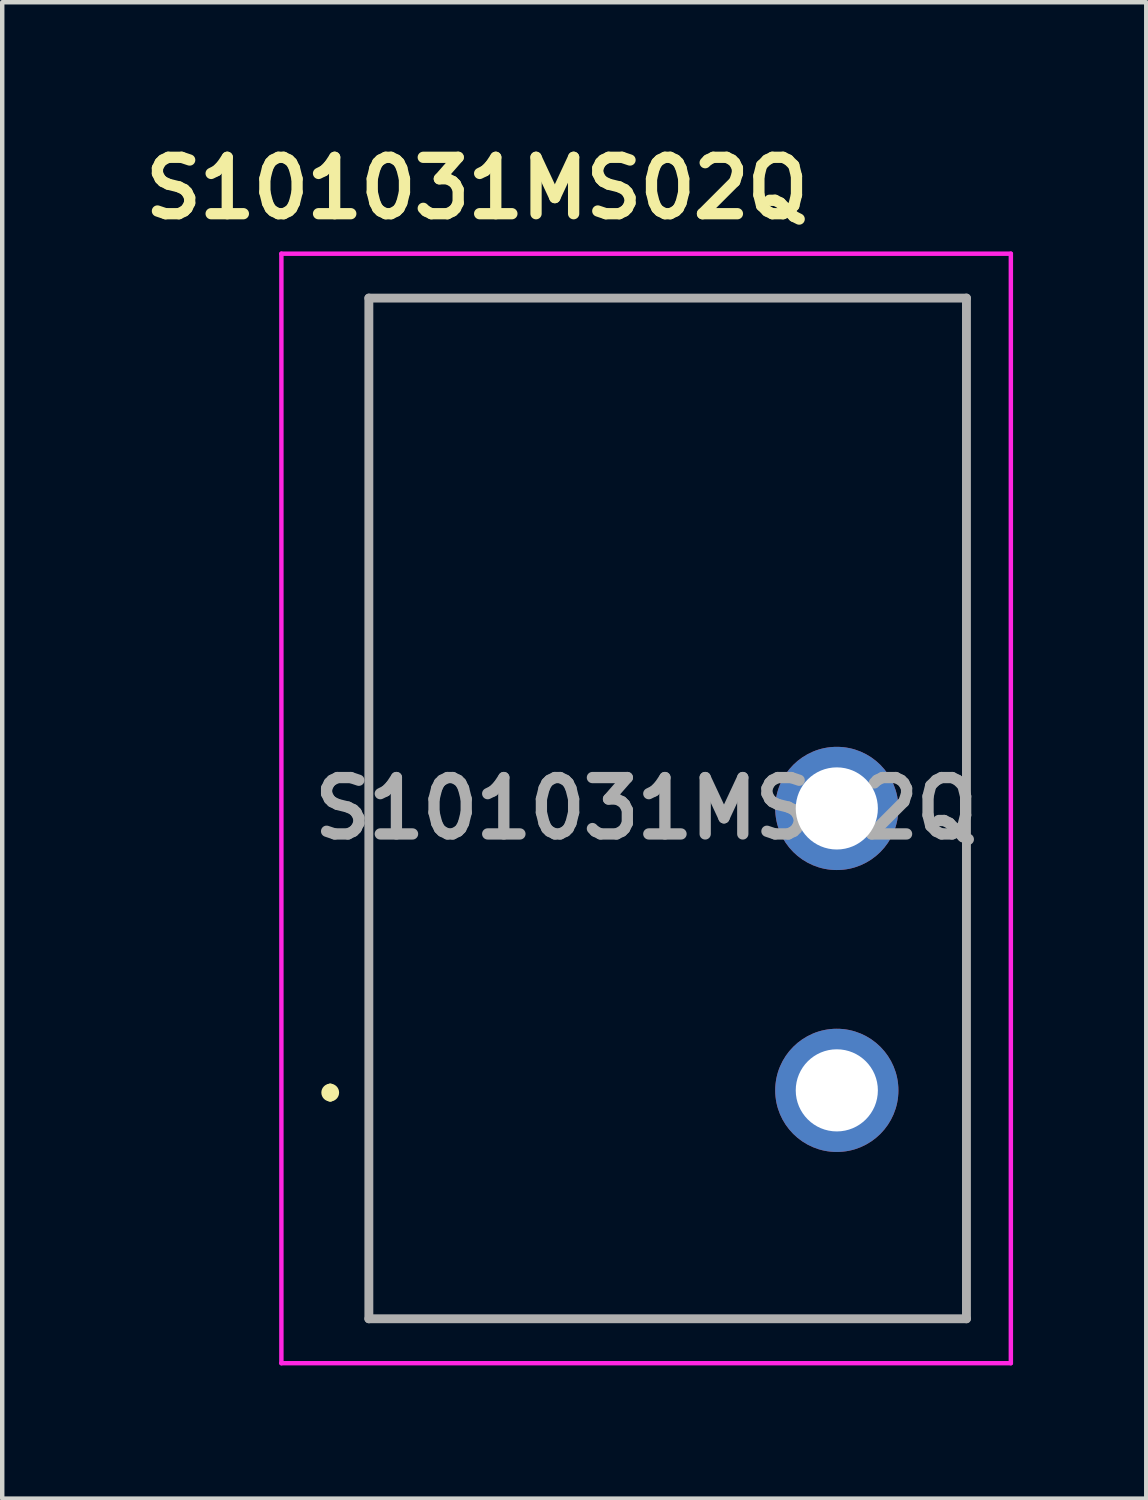
<source format=kicad_pcb>
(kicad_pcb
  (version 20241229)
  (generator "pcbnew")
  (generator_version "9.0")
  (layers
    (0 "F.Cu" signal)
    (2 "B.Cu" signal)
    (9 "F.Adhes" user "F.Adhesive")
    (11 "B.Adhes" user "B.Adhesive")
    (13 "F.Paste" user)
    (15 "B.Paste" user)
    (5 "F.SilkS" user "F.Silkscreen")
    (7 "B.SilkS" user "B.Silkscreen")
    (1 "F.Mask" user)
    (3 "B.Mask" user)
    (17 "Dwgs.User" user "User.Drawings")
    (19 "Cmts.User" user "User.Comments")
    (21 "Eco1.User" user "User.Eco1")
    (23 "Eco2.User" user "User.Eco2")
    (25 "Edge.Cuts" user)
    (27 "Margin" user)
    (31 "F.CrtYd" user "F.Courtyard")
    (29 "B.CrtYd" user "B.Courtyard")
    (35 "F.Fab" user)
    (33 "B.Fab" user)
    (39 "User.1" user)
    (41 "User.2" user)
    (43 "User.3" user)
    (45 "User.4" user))
  (footprint "S101031MS02Q"
    (layer "F.Cu")
    (at 11.503 15.159)
    (property "Reference" "S101031MS02Q" (at -3.81 -13.97 0) (layer "F.SilkS") (effects (font (size 1.27 1.27) (thickness 0.254))))
    (attr through_hole)
    (fp_line (start -7.115 6.3) (end -7.115 6.3) (stroke (width 0.2) (type solid)) (layer "F.SilkS"))
    (fp_line (start -7.115 6.5) (end -7.115 6.5) (stroke (width 0.2) (type solid)) (layer "F.SilkS"))
    (fp_line (start -6.245 -11.495) (end 7.215 -11.495) (stroke (width 0.1) (type solid)) (layer "F.SilkS"))
    (fp_line (start -6.245 11.495) (end -6.245 -11.495) (stroke (width 0.1) (type solid)) (layer "F.SilkS"))
    (fp_line (start 7.215 -11.495) (end 7.215 11.495) (stroke (width 0.1) (type solid)) (layer "F.SilkS"))
    (fp_line (start 7.215 11.495) (end -6.245 11.495) (stroke (width 0.1) (type solid)) (layer "F.SilkS"))
    (fp_arc (start -7.115 6.3) (mid -7.015 6.4) (end -7.115 6.5) (stroke (width 0.2) (type solid)) (layer "F.SilkS"))
    (fp_arc (start -7.115 6.5) (mid -7.215 6.4) (end -7.115 6.3) (stroke (width 0.2) (type solid)) (layer "F.SilkS"))
    (fp_line (start -8.215 -12.495) (end 8.215 -12.495) (stroke (width 0.1) (type solid)) (layer "F.CrtYd"))
    (fp_line (start -8.215 12.495) (end -8.215 -12.495) (stroke (width 0.1) (type solid)) (layer "F.CrtYd"))
    (fp_line (start 8.215 -12.495) (end 8.215 12.495) (stroke (width 0.1) (type solid)) (layer "F.CrtYd"))
    (fp_line (start 8.215 12.495) (end -8.215 12.495) (stroke (width 0.1) (type solid)) (layer "F.CrtYd"))
    (fp_line (start -6.245 -11.495) (end 7.215 -11.495) (stroke (width 0.2) (type solid)) (layer "F.Fab"))
    (fp_line (start -6.245 11.495) (end -6.245 -11.495) (stroke (width 0.2) (type solid)) (layer "F.Fab"))
    (fp_line (start 7.215 -11.495) (end 7.215 11.495) (stroke (width 0.2) (type solid)) (layer "F.Fab"))
    (fp_line (start 7.215 11.495) (end -6.245 11.495) (stroke (width 0.2) (type solid)) (layer "F.Fab"))
    (fp_text user "${REFERENCE}" (at 0 0 0) (layer "F.Fab") (effects (font (size 1.27 1.27) (thickness 0.254))))
    (pad "1" thru_hole circle (at 4.295 6.35) (size 2.775 2.775) (drill 1.85) (layers "*.Cu" "*.Mask"))
    (pad "2" thru_hole circle (at 4.295 0) (size 2.775 2.775) (drill 1.85) (layers "*.Cu" "*.Mask")))
  (gr_rect
    (start -3 -3)
    (end 22.768 30.704)
    (stroke (width 0.1) (type default))
    (fill no)
    (layer "Edge.Cuts")))
</source>
